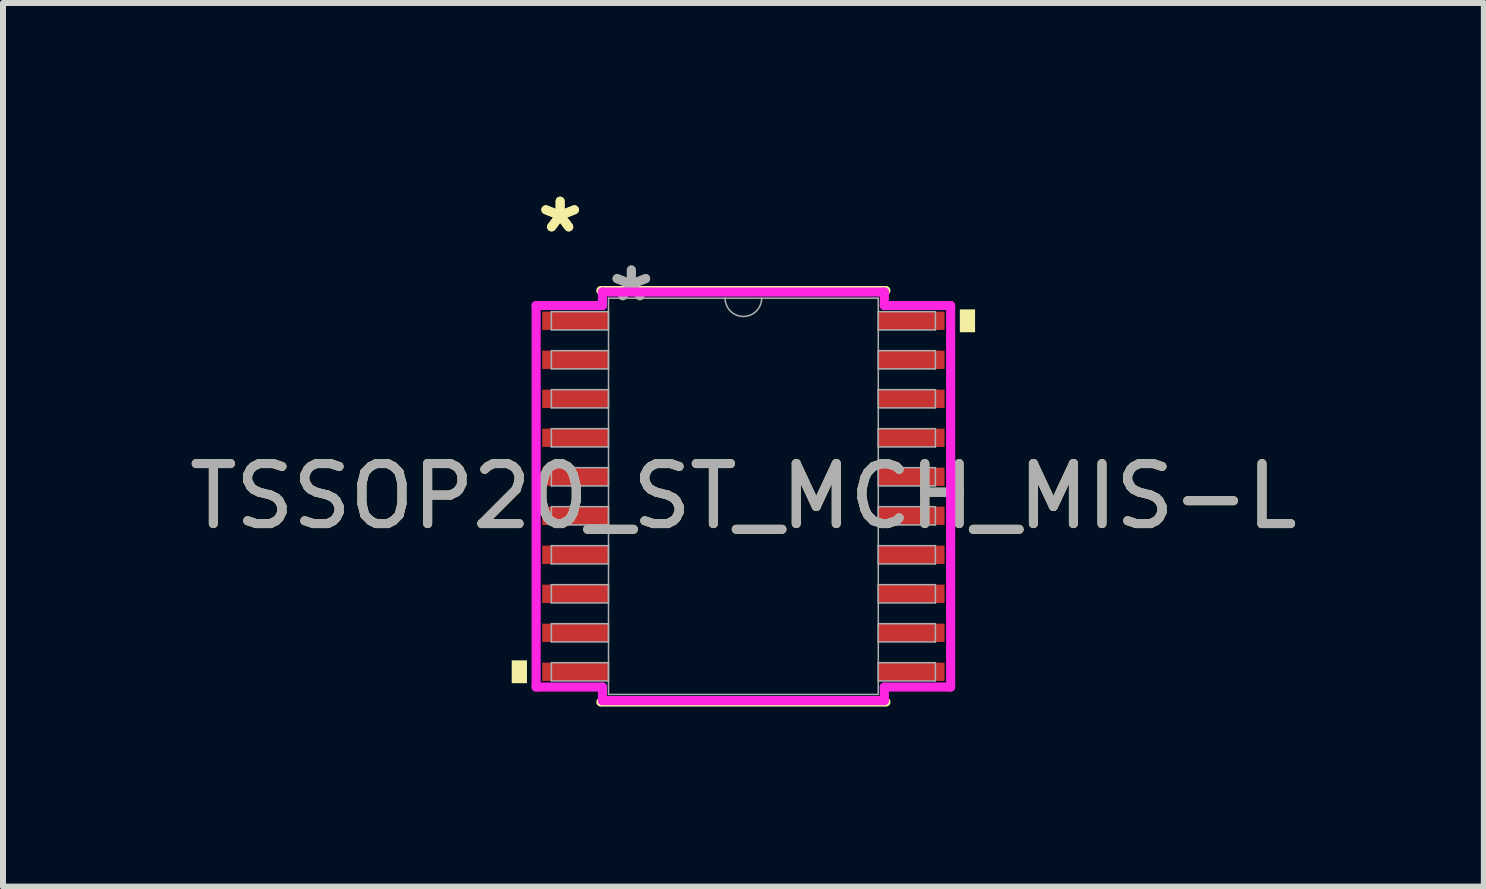
<source format=kicad_pcb>
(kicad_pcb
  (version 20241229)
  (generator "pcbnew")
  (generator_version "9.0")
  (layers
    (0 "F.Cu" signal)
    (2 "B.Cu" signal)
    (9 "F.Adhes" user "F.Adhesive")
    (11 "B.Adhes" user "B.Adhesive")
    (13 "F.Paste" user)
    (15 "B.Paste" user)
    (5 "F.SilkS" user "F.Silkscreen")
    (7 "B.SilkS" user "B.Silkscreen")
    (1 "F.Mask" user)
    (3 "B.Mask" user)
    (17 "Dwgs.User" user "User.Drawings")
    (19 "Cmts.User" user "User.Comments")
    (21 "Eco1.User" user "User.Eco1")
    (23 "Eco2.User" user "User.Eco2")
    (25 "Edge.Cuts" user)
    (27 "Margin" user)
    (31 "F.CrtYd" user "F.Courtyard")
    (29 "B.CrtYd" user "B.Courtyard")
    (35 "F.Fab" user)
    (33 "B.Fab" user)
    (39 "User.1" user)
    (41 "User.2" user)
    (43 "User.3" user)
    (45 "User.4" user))
  (footprint "TSSOP20_ST_MCH_MIS-L"
    (layer "F.Cu")
    (at 9.339 5.221)
    (property "Reference" "TSSOP20_ST_MCH_MIS-L" (at 0 0 0) (unlocked yes) (layer "F.SilkS") (effects (font (size 1 1) (thickness 0.15))))
    (attr smd)
    (fp_line (start -2.375 3.429) (end 2.375 3.429) (stroke (width 0.152) (type solid)) (layer "F.SilkS"))
    (fp_line (start 2.375 -3.429) (end -2.375 -3.429) (stroke (width 0.152) (type solid)) (layer "F.SilkS"))
    (fp_poly (pts (xy -3.861 2.734) (xy -3.861 3.115) (xy -3.607 3.115) (xy -3.607 2.734)) (stroke (width 0) (type solid)) (fill yes) (layer "F.SilkS"))
    (fp_poly (pts (xy 3.861 -3.115) (xy 3.861 -2.734) (xy 3.607 -2.734) (xy 3.607 -3.115)) (stroke (width 0) (type solid)) (fill yes) (layer "F.SilkS"))
    (fp_line (start -3.454 -3.179) (end -2.349 -3.179) (stroke (width 0.152) (type solid)) (layer "F.CrtYd"))
    (fp_line (start -3.454 3.179) (end -3.454 -3.179) (stroke (width 0.152) (type solid)) (layer "F.CrtYd"))
    (fp_line (start -3.454 3.179) (end -2.349 3.179) (stroke (width 0.152) (type solid)) (layer "F.CrtYd"))
    (fp_line (start -2.349 -3.404) (end 2.349 -3.404) (stroke (width 0.152) (type solid)) (layer "F.CrtYd"))
    (fp_line (start -2.349 -3.179) (end -2.349 -3.404) (stroke (width 0.152) (type solid)) (layer "F.CrtYd"))
    (fp_line (start -2.349 3.404) (end -2.349 3.179) (stroke (width 0.152) (type solid)) (layer "F.CrtYd"))
    (fp_line (start 2.349 -3.404) (end 2.349 -3.179) (stroke (width 0.152) (type solid)) (layer "F.CrtYd"))
    (fp_line (start 2.349 3.179) (end 2.349 3.404) (stroke (width 0.152) (type solid)) (layer "F.CrtYd"))
    (fp_line (start 2.349 3.404) (end -2.349 3.404) (stroke (width 0.152) (type solid)) (layer "F.CrtYd"))
    (fp_line (start 3.454 -3.179) (end 2.349 -3.179) (stroke (width 0.152) (type solid)) (layer "F.CrtYd"))
    (fp_line (start 3.454 -3.179) (end 3.454 3.179) (stroke (width 0.152) (type solid)) (layer "F.CrtYd"))
    (fp_line (start 3.454 3.179) (end 2.349 3.179) (stroke (width 0.152) (type solid)) (layer "F.CrtYd"))
    (fp_line (start -3.2 -3.077) (end -3.2 -2.773) (stroke (width 0.025) (type solid)) (layer "F.Fab"))
    (fp_line (start -3.2 -2.773) (end -2.248 -2.773) (stroke (width 0.025) (type solid)) (layer "F.Fab"))
    (fp_line (start -3.2 -2.427) (end -3.2 -2.123) (stroke (width 0.025) (type solid)) (layer "F.Fab"))
    (fp_line (start -3.2 -2.123) (end -2.248 -2.123) (stroke (width 0.025) (type solid)) (layer "F.Fab"))
    (fp_line (start -3.2 -1.777) (end -3.2 -1.473) (stroke (width 0.025) (type solid)) (layer "F.Fab"))
    (fp_line (start -3.2 -1.473) (end -2.248 -1.473) (stroke (width 0.025) (type solid)) (layer "F.Fab"))
    (fp_line (start -3.2 -1.127) (end -3.2 -0.823) (stroke (width 0.025) (type solid)) (layer "F.Fab"))
    (fp_line (start -3.2 -0.823) (end -2.248 -0.823) (stroke (width 0.025) (type solid)) (layer "F.Fab"))
    (fp_line (start -3.2 -0.477) (end -3.2 -0.173) (stroke (width 0.025) (type solid)) (layer "F.Fab"))
    (fp_line (start -3.2 -0.173) (end -2.248 -0.173) (stroke (width 0.025) (type solid)) (layer "F.Fab"))
    (fp_line (start -3.2 0.173) (end -3.2 0.477) (stroke (width 0.025) (type solid)) (layer "F.Fab"))
    (fp_line (start -3.2 0.477) (end -2.248 0.477) (stroke (width 0.025) (type solid)) (layer "F.Fab"))
    (fp_line (start -3.2 0.823) (end -3.2 1.127) (stroke (width 0.025) (type solid)) (layer "F.Fab"))
    (fp_line (start -3.2 1.127) (end -2.248 1.127) (stroke (width 0.025) (type solid)) (layer "F.Fab"))
    (fp_line (start -3.2 1.473) (end -3.2 1.777) (stroke (width 0.025) (type solid)) (layer "F.Fab"))
    (fp_line (start -3.2 1.777) (end -2.248 1.777) (stroke (width 0.025) (type solid)) (layer "F.Fab"))
    (fp_line (start -3.2 2.123) (end -3.2 2.427) (stroke (width 0.025) (type solid)) (layer "F.Fab"))
    (fp_line (start -3.2 2.427) (end -2.248 2.427) (stroke (width 0.025) (type solid)) (layer "F.Fab"))
    (fp_line (start -3.2 2.773) (end -3.2 3.077) (stroke (width 0.025) (type solid)) (layer "F.Fab"))
    (fp_line (start -3.2 3.077) (end -2.248 3.077) (stroke (width 0.025) (type solid)) (layer "F.Fab"))
    (fp_line (start -2.248 -3.302) (end -2.248 3.302) (stroke (width 0.025) (type solid)) (layer "F.Fab"))
    (fp_line (start -2.248 -3.077) (end -3.2 -3.077) (stroke (width 0.025) (type solid)) (layer "F.Fab"))
    (fp_line (start -2.248 -2.773) (end -2.248 -3.077) (stroke (width 0.025) (type solid)) (layer "F.Fab"))
    (fp_line (start -2.248 -2.427) (end -3.2 -2.427) (stroke (width 0.025) (type solid)) (layer "F.Fab"))
    (fp_line (start -2.248 -2.123) (end -2.248 -2.427) (stroke (width 0.025) (type solid)) (layer "F.Fab"))
    (fp_line (start -2.248 -1.777) (end -3.2 -1.777) (stroke (width 0.025) (type solid)) (layer "F.Fab"))
    (fp_line (start -2.248 -1.473) (end -2.248 -1.777) (stroke (width 0.025) (type solid)) (layer "F.Fab"))
    (fp_line (start -2.248 -1.127) (end -3.2 -1.127) (stroke (width 0.025) (type solid)) (layer "F.Fab"))
    (fp_line (start -2.248 -0.823) (end -2.248 -1.127) (stroke (width 0.025) (type solid)) (layer "F.Fab"))
    (fp_line (start -2.248 -0.477) (end -3.2 -0.477) (stroke (width 0.025) (type solid)) (layer "F.Fab"))
    (fp_line (start -2.248 -0.173) (end -2.248 -0.477) (stroke (width 0.025) (type solid)) (layer "F.Fab"))
    (fp_line (start -2.248 0.173) (end -3.2 0.173) (stroke (width 0.025) (type solid)) (layer "F.Fab"))
    (fp_line (start -2.248 0.477) (end -2.248 0.173) (stroke (width 0.025) (type solid)) (layer "F.Fab"))
    (fp_line (start -2.248 0.823) (end -3.2 0.823) (stroke (width 0.025) (type solid)) (layer "F.Fab"))
    (fp_line (start -2.248 1.127) (end -2.248 0.823) (stroke (width 0.025) (type solid)) (layer "F.Fab"))
    (fp_line (start -2.248 1.473) (end -3.2 1.473) (stroke (width 0.025) (type solid)) (layer "F.Fab"))
    (fp_line (start -2.248 1.777) (end -2.248 1.473) (stroke (width 0.025) (type solid)) (layer "F.Fab"))
    (fp_line (start -2.248 2.123) (end -3.2 2.123) (stroke (width 0.025) (type solid)) (layer "F.Fab"))
    (fp_line (start -2.248 2.427) (end -2.248 2.123) (stroke (width 0.025) (type solid)) (layer "F.Fab"))
    (fp_line (start -2.248 2.773) (end -3.2 2.773) (stroke (width 0.025) (type solid)) (layer "F.Fab"))
    (fp_line (start -2.248 3.077) (end -2.248 2.773) (stroke (width 0.025) (type solid)) (layer "F.Fab"))
    (fp_line (start -2.248 3.302) (end 2.248 3.302) (stroke (width 0.025) (type solid)) (layer "F.Fab"))
    (fp_line (start 2.248 -3.302) (end -2.248 -3.302) (stroke (width 0.025) (type solid)) (layer "F.Fab"))
    (fp_line (start 2.248 -3.077) (end 2.248 -2.773) (stroke (width 0.025) (type solid)) (layer "F.Fab"))
    (fp_line (start 2.248 -2.773) (end 3.2 -2.773) (stroke (width 0.025) (type solid)) (layer "F.Fab"))
    (fp_line (start 2.248 -2.427) (end 2.248 -2.123) (stroke (width 0.025) (type solid)) (layer "F.Fab"))
    (fp_line (start 2.248 -2.123) (end 3.2 -2.123) (stroke (width 0.025) (type solid)) (layer "F.Fab"))
    (fp_line (start 2.248 -1.777) (end 2.248 -1.473) (stroke (width 0.025) (type solid)) (layer "F.Fab"))
    (fp_line (start 2.248 -1.473) (end 3.2 -1.473) (stroke (width 0.025) (type solid)) (layer "F.Fab"))
    (fp_line (start 2.248 -1.127) (end 2.248 -0.823) (stroke (width 0.025) (type solid)) (layer "F.Fab"))
    (fp_line (start 2.248 -0.823) (end 3.2 -0.823) (stroke (width 0.025) (type solid)) (layer "F.Fab"))
    (fp_line (start 2.248 -0.477) (end 2.248 -0.173) (stroke (width 0.025) (type solid)) (layer "F.Fab"))
    (fp_line (start 2.248 -0.173) (end 3.2 -0.173) (stroke (width 0.025) (type solid)) (layer "F.Fab"))
    (fp_line (start 2.248 0.173) (end 2.248 0.477) (stroke (width 0.025) (type solid)) (layer "F.Fab"))
    (fp_line (start 2.248 0.477) (end 3.2 0.477) (stroke (width 0.025) (type solid)) (layer "F.Fab"))
    (fp_line (start 2.248 0.823) (end 2.248 1.127) (stroke (width 0.025) (type solid)) (layer "F.Fab"))
    (fp_line (start 2.248 1.127) (end 3.2 1.127) (stroke (width 0.025) (type solid)) (layer "F.Fab"))
    (fp_line (start 2.248 1.473) (end 2.248 1.777) (stroke (width 0.025) (type solid)) (layer "F.Fab"))
    (fp_line (start 2.248 1.777) (end 3.2 1.777) (stroke (width 0.025) (type solid)) (layer "F.Fab"))
    (fp_line (start 2.248 2.123) (end 2.248 2.427) (stroke (width 0.025) (type solid)) (layer "F.Fab"))
    (fp_line (start 2.248 2.427) (end 3.2 2.427) (stroke (width 0.025) (type solid)) (layer "F.Fab"))
    (fp_line (start 2.248 2.773) (end 2.248 3.077) (stroke (width 0.025) (type solid)) (layer "F.Fab"))
    (fp_line (start 2.248 3.077) (end 3.2 3.077) (stroke (width 0.025) (type solid)) (layer "F.Fab"))
    (fp_line (start 2.248 3.302) (end 2.248 -3.302) (stroke (width 0.025) (type solid)) (layer "F.Fab"))
    (fp_line (start 3.2 -3.077) (end 2.248 -3.077) (stroke (width 0.025) (type solid)) (layer "F.Fab"))
    (fp_line (start 3.2 -2.773) (end 3.2 -3.077) (stroke (width 0.025) (type solid)) (layer "F.Fab"))
    (fp_line (start 3.2 -2.427) (end 2.248 -2.427) (stroke (width 0.025) (type solid)) (layer "F.Fab"))
    (fp_line (start 3.2 -2.123) (end 3.2 -2.427) (stroke (width 0.025) (type solid)) (layer "F.Fab"))
    (fp_line (start 3.2 -1.777) (end 2.248 -1.777) (stroke (width 0.025) (type solid)) (layer "F.Fab"))
    (fp_line (start 3.2 -1.473) (end 3.2 -1.777) (stroke (width 0.025) (type solid)) (layer "F.Fab"))
    (fp_line (start 3.2 -1.127) (end 2.248 -1.127) (stroke (width 0.025) (type solid)) (layer "F.Fab"))
    (fp_line (start 3.2 -0.823) (end 3.2 -1.127) (stroke (width 0.025) (type solid)) (layer "F.Fab"))
    (fp_line (start 3.2 -0.477) (end 2.248 -0.477) (stroke (width 0.025) (type solid)) (layer "F.Fab"))
    (fp_line (start 3.2 -0.173) (end 3.2 -0.477) (stroke (width 0.025) (type solid)) (layer "F.Fab"))
    (fp_line (start 3.2 0.173) (end 2.248 0.173) (stroke (width 0.025) (type solid)) (layer "F.Fab"))
    (fp_line (start 3.2 0.477) (end 3.2 0.173) (stroke (width 0.025) (type solid)) (layer "F.Fab"))
    (fp_line (start 3.2 0.823) (end 2.248 0.823) (stroke (width 0.025) (type solid)) (layer "F.Fab"))
    (fp_line (start 3.2 1.127) (end 3.2 0.823) (stroke (width 0.025) (type solid)) (layer "F.Fab"))
    (fp_line (start 3.2 1.473) (end 2.248 1.473) (stroke (width 0.025) (type solid)) (layer "F.Fab"))
    (fp_line (start 3.2 1.777) (end 3.2 1.473) (stroke (width 0.025) (type solid)) (layer "F.Fab"))
    (fp_line (start 3.2 2.123) (end 2.248 2.123) (stroke (width 0.025) (type solid)) (layer "F.Fab"))
    (fp_line (start 3.2 2.427) (end 3.2 2.123) (stroke (width 0.025) (type solid)) (layer "F.Fab"))
    (fp_line (start 3.2 2.773) (end 2.248 2.773) (stroke (width 0.025) (type solid)) (layer "F.Fab"))
    (fp_line (start 3.2 3.077) (end 3.2 2.773) (stroke (width 0.025) (type solid)) (layer "F.Fab"))
    (fp_arc (start 0.3048 -3.302) (mid 0 -2.9972) (end -0.3048 -3.302) (stroke (width 0.0254) (type solid)) (layer "F.Fab"))
    (fp_text user "*" (at -3.054 -4.373 0) (layer "F.SilkS") (effects (font (size 1 1) (thickness 0.15))))
    (fp_text user "*" (at -3.054 -4.373 0) (unlocked yes) (layer "F.SilkS") (effects (font (size 1 1) (thickness 0.15))))
    (fp_text user "*" (at -1.867 -3.226 0) (layer "F.Fab") (effects (font (size 1 1) (thickness 0.15))))
    (fp_text user "${REFERENCE}" (at 0 0 0) (unlocked yes) (layer "F.Fab") (effects (font (size 1 1) (thickness 0.15))))
    (fp_text user "*" (at -1.867 -3.226 0) (unlocked yes) (layer "F.Fab") (effects (font (size 1 1) (thickness 0.15))))
    (pad "1" smd rect (at -2.8 -2.925) (size 1.105 0.305) (layers "F.Cu" "F.Mask" "F.Paste"))
    (pad "2" smd rect (at -2.8 -2.275) (size 1.105 0.305) (layers "F.Cu" "F.Mask" "F.Paste"))
    (pad "3" smd rect (at -2.8 -1.625) (size 1.105 0.305) (layers "F.Cu" "F.Mask" "F.Paste"))
    (pad "4" smd rect (at -2.8 -0.975) (size 1.105 0.305) (layers "F.Cu" "F.Mask" "F.Paste"))
    (pad "5" smd rect (at -2.8 -0.325) (size 1.105 0.305) (layers "F.Cu" "F.Mask" "F.Paste"))
    (pad "6" smd rect (at -2.8 0.325) (size 1.105 0.305) (layers "F.Cu" "F.Mask" "F.Paste"))
    (pad "7" smd rect (at -2.8 0.975) (size 1.105 0.305) (layers "F.Cu" "F.Mask" "F.Paste"))
    (pad "8" smd rect (at -2.8 1.625) (size 1.105 0.305) (layers "F.Cu" "F.Mask" "F.Paste"))
    (pad "9" smd rect (at -2.8 2.275) (size 1.105 0.305) (layers "F.Cu" "F.Mask" "F.Paste"))
    (pad "10" smd rect (at -2.8 2.925) (size 1.105 0.305) (layers "F.Cu" "F.Mask" "F.Paste"))
    (pad "11" smd rect (at 2.8 2.925) (size 1.105 0.305) (layers "F.Cu" "F.Mask" "F.Paste"))
    (pad "12" smd rect (at 2.8 2.275) (size 1.105 0.305) (layers "F.Cu" "F.Mask" "F.Paste"))
    (pad "13" smd rect (at 2.8 1.625) (size 1.105 0.305) (layers "F.Cu" "F.Mask" "F.Paste"))
    (pad "14" smd rect (at 2.8 0.975) (size 1.105 0.305) (layers "F.Cu" "F.Mask" "F.Paste"))
    (pad "15" smd rect (at 2.8 0.325) (size 1.105 0.305) (layers "F.Cu" "F.Mask" "F.Paste"))
    (pad "16" smd rect (at 2.8 -0.325) (size 1.105 0.305) (layers "F.Cu" "F.Mask" "F.Paste"))
    (pad "17" smd rect (at 2.8 -0.975) (size 1.105 0.305) (layers "F.Cu" "F.Mask" "F.Paste"))
    (pad "18" smd rect (at 2.8 -1.625) (size 1.105 0.305) (layers "F.Cu" "F.Mask" "F.Paste"))
    (pad "19" smd rect (at 2.8 -2.275) (size 1.105 0.305) (layers "F.Cu" "F.Mask" "F.Paste"))
    (pad "20" smd rect (at 2.8 -2.925) (size 1.105 0.305) (layers "F.Cu" "F.Mask" "F.Paste")))
  (gr_rect
    (start -3 -3)
    (end 21.679 11.726)
    (stroke (width 0.1) (type default))
    (fill no)
    (layer "Edge.Cuts")))
</source>
